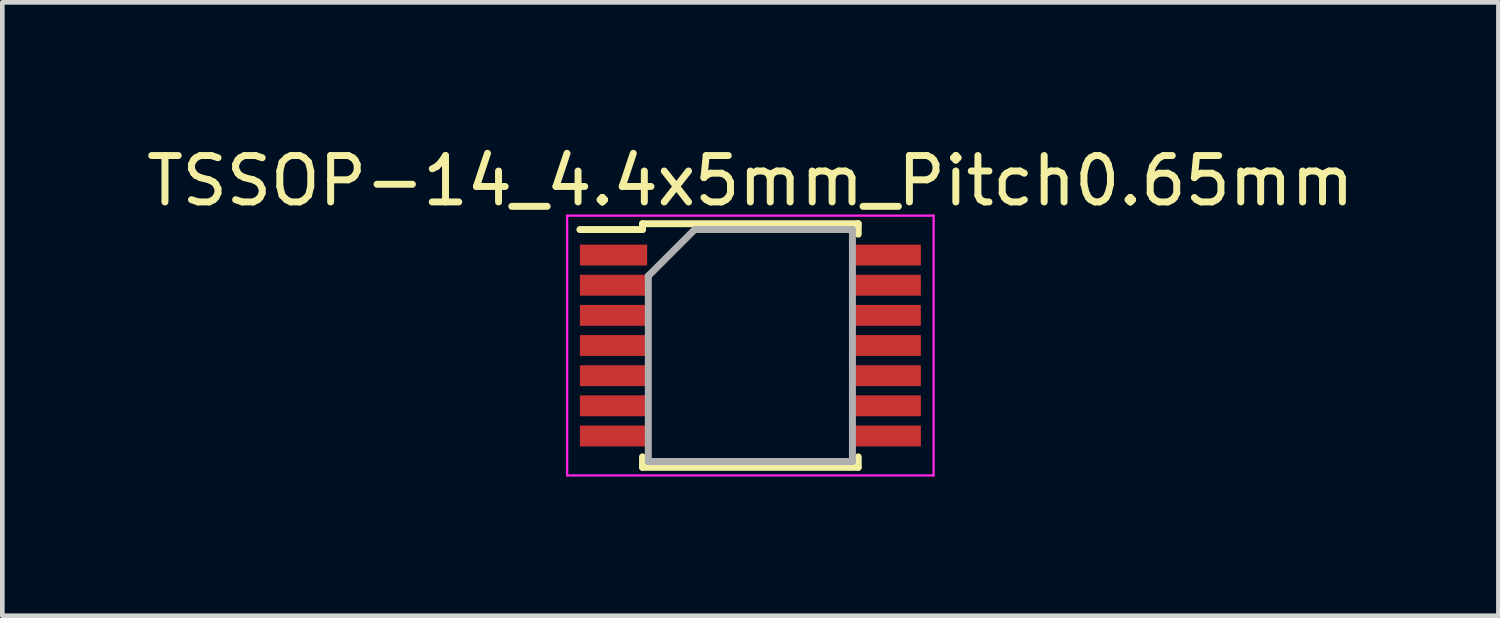
<source format=kicad_pcb>
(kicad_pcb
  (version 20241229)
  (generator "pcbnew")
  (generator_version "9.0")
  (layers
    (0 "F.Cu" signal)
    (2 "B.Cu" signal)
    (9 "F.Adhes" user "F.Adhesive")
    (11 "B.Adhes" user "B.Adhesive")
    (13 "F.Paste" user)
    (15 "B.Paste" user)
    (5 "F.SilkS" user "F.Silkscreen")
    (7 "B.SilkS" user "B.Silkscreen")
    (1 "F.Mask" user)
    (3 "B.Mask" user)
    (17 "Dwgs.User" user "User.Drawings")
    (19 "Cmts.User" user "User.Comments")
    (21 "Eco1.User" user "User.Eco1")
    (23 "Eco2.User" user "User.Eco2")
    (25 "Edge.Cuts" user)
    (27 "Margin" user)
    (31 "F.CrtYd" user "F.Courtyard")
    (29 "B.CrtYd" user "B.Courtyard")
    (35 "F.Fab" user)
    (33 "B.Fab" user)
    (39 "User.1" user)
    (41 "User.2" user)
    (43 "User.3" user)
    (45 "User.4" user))
  (footprint "TSSOP-14_4.4x5mm_Pitch0.65mm"
    (layer "F.Cu")
    (at 13.125 4.398)
    (property "Reference" "TSSOP-14_4.4x5mm_Pitch0.65mm" (at 0 -3.55 0) (layer "F.SilkS") (effects (font (size 1 1) (thickness 0.15))))
    (attr smd)
    (fp_line (start -2.325 -2.625) (end -2.325 -2.5) (stroke (width 0.15) (type solid)) (layer "F.SilkS"))
    (fp_line (start -2.325 -2.625) (end 2.325 -2.625) (stroke (width 0.15) (type solid)) (layer "F.SilkS"))
    (fp_line (start -2.325 -2.5) (end -3.675 -2.5) (stroke (width 0.15) (type solid)) (layer "F.SilkS"))
    (fp_line (start -2.325 2.625) (end -2.325 2.4) (stroke (width 0.15) (type solid)) (layer "F.SilkS"))
    (fp_line (start -2.325 2.625) (end 2.325 2.625) (stroke (width 0.15) (type solid)) (layer "F.SilkS"))
    (fp_line (start 2.325 -2.625) (end 2.325 -2.4) (stroke (width 0.15) (type solid)) (layer "F.SilkS"))
    (fp_line (start 2.325 2.625) (end 2.325 2.4) (stroke (width 0.15) (type solid)) (layer "F.SilkS"))
    (fp_line (start -3.95 -2.8) (end -3.95 2.8) (stroke (width 0.05) (type solid)) (layer "F.CrtYd"))
    (fp_line (start -3.95 -2.8) (end 3.95 -2.8) (stroke (width 0.05) (type solid)) (layer "F.CrtYd"))
    (fp_line (start -3.95 2.8) (end 3.95 2.8) (stroke (width 0.05) (type solid)) (layer "F.CrtYd"))
    (fp_line (start 3.95 -2.8) (end 3.95 2.8) (stroke (width 0.05) (type solid)) (layer "F.CrtYd"))
    (fp_line (start -2.2 -1.5) (end -1.2 -2.5) (stroke (width 0.15) (type solid)) (layer "F.Fab"))
    (fp_line (start -2.2 2.5) (end -2.2 -1.5) (stroke (width 0.15) (type solid)) (layer "F.Fab"))
    (fp_line (start -1.2 -2.5) (end 2.2 -2.5) (stroke (width 0.15) (type solid)) (layer "F.Fab"))
    (fp_line (start 2.2 -2.5) (end 2.2 2.5) (stroke (width 0.15) (type solid)) (layer "F.Fab"))
    (fp_line (start 2.2 2.5) (end -2.2 2.5) (stroke (width 0.15) (type solid)) (layer "F.Fab"))
    (pad "1" smd rect (at -2.95 -1.95) (size 1.45 0.45) (layers "F.Cu" "F.Mask" "F.Paste"))
    (pad "2" smd rect (at -2.95 -1.3) (size 1.45 0.45) (layers "F.Cu" "F.Mask" "F.Paste"))
    (pad "3" smd rect (at -2.95 -0.65) (size 1.45 0.45) (layers "F.Cu" "F.Mask" "F.Paste"))
    (pad "4" smd rect (at -2.95 0) (size 1.45 0.45) (layers "F.Cu" "F.Mask" "F.Paste"))
    (pad "5" smd rect (at -2.95 0.65) (size 1.45 0.45) (layers "F.Cu" "F.Mask" "F.Paste"))
    (pad "6" smd rect (at -2.95 1.3) (size 1.45 0.45) (layers "F.Cu" "F.Mask" "F.Paste"))
    (pad "7" smd rect (at -2.95 1.95) (size 1.45 0.45) (layers "F.Cu" "F.Mask" "F.Paste"))
    (pad "8" smd rect (at 2.95 1.95) (size 1.45 0.45) (layers "F.Cu" "F.Mask" "F.Paste"))
    (pad "9" smd rect (at 2.95 1.3) (size 1.45 0.45) (layers "F.Cu" "F.Mask" "F.Paste"))
    (pad "10" smd rect (at 2.95 0.65) (size 1.45 0.45) (layers "F.Cu" "F.Mask" "F.Paste"))
    (pad "11" smd rect (at 2.95 0) (size 1.45 0.45) (layers "F.Cu" "F.Mask" "F.Paste"))
    (pad "12" smd rect (at 2.95 -0.65) (size 1.45 0.45) (layers "F.Cu" "F.Mask" "F.Paste"))
    (pad "13" smd rect (at 2.95 -1.3) (size 1.45 0.45) (layers "F.Cu" "F.Mask" "F.Paste"))
    (pad "14" smd rect (at 2.95 -1.95) (size 1.45 0.45) (layers "F.Cu" "F.Mask" "F.Paste")))
  (gr_rect
    (start -3 -3)
    (end 29.25 10.223)
    (stroke (width 0.1) (type default))
    (fill no)
    (layer "Edge.Cuts")))
</source>
